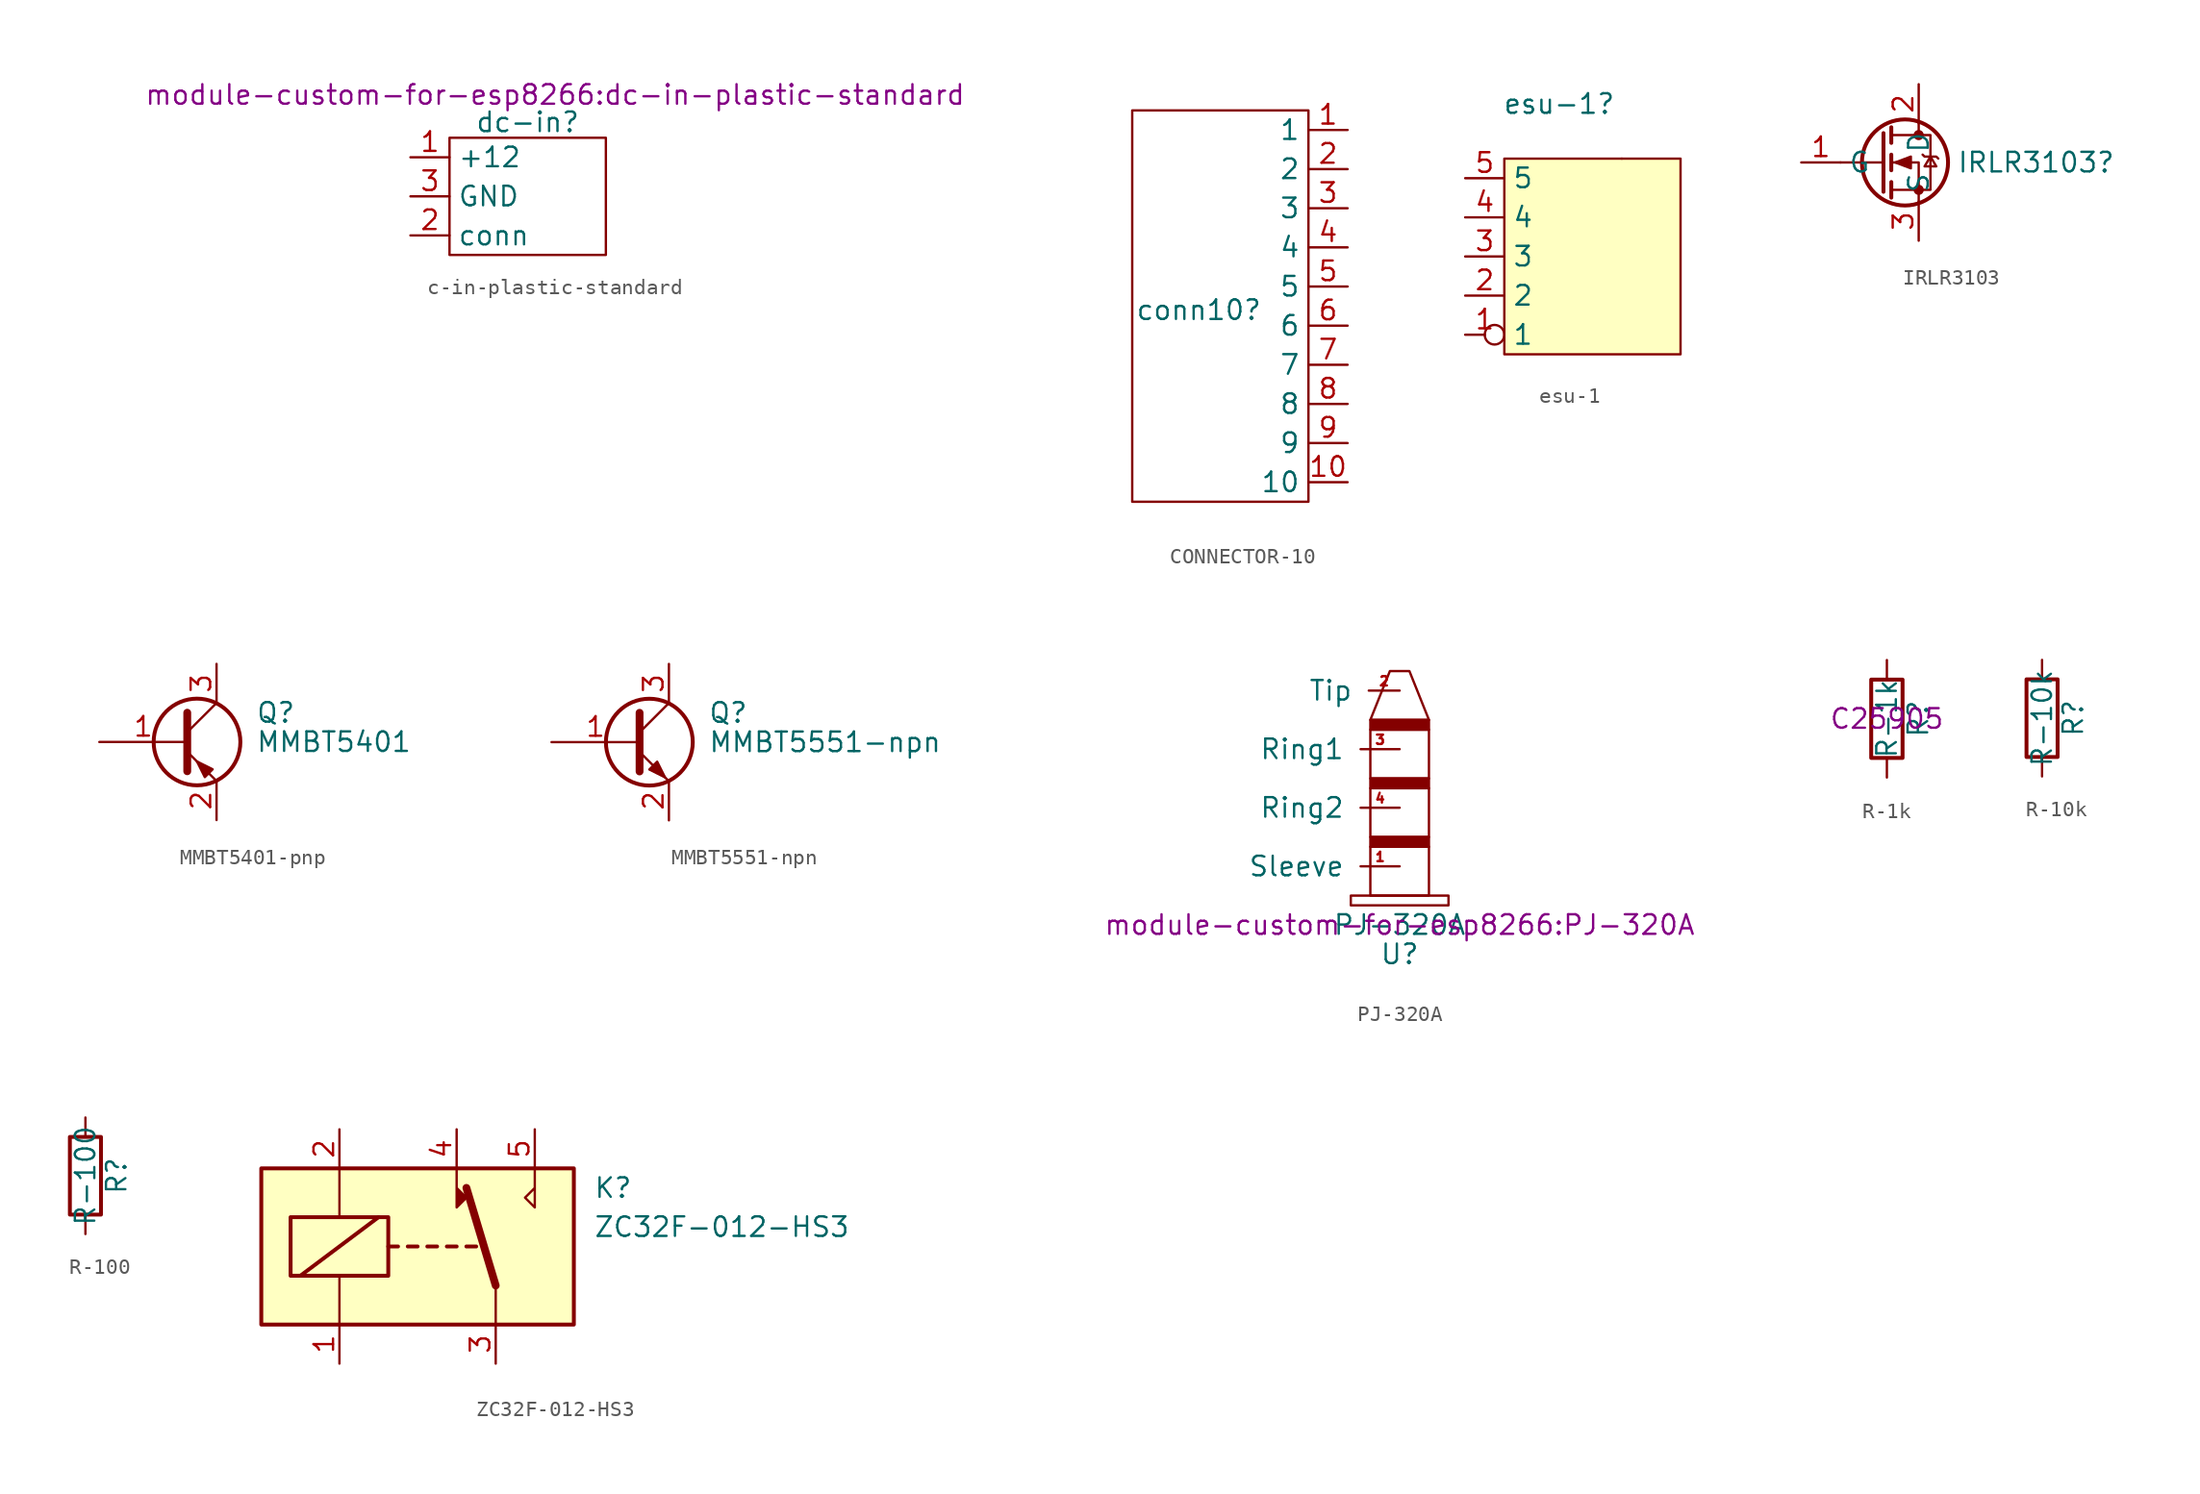
<source format=kicad_sym>
(kicad_symbol_lib
  (version 20231120)
  (generator "kicad_symbol_editor")
  (generator_version "8.0")
  (symbol "c-in-plastic-standard"
    (property "Reference" "dc-in"
      (at 3.81 2.286 0)
      (effects (font (size 1.27 1.27))))
    (property "Value" ""
      (at 0 0 0)
      (effects (font (size 1.27 1.27))))
    (property "Footprint" "module-custom-for-esp8266:dc-in-plastic-standard"
      (at 5.588 4.064 0)
      (effects (font (size 1.27 1.27))))
    (symbol "c-in-plastic-standard_0_1"
      (rectangle (start -1.27 1.27) (end 8.89 -6.35) (stroke (width 0) (type default)) (fill (type none))))
    (symbol "c-in-plastic-standard_1_1"
      (pin input line (at -3.81 0 0) (length 2.54) (name "+12" (effects (font (size 1.27 1.27)))) (number "1" (effects (font (size 1.27 1.27)))))
      (pin input line (at -3.81 -5.08 0) (length 2.54) (name "conn" (effects (font (size 1.27 1.27)))) (number "2" (effects (font (size 1.27 1.27)))))
      (pin input line (at -3.81 -2.54 0) (length 2.54) (name "GND" (effects (font (size 1.27 1.27)))) (number "3" (effects (font (size 1.27 1.27)))))))
  (symbol "CONNECTOR-10"
    (property "Reference" "conn10"
      (at -5.842 -0.254 0)
      (effects (font (size 1.27 1.27))))
    (property "Value" ""
      (at -1.27 6.35 0)
      (effects (font (size 1.27 1.27))))
    (symbol "CONNECTOR-10_0_1"
      (rectangle (start -10.16 12.7) (end 1.27 -12.7) (stroke (width 0) (type default)) (fill (type none))))
    (symbol "CONNECTOR-10_1_0"
      (pin input line (at 3.81 -11.43 180) (length 2.54) (name "10" (effects (font (size 1.27 1.27)))) (number "10" (effects (font (size 1.27 1.27)))))
      (pin input line (at 3.81 8.89 180) (length 2.54) (name "2" (effects (font (size 1.27 1.27)))) (number "2" (effects (font (size 1.27 1.27)))))
      (pin input line (at 3.81 6.35 180) (length 2.54) (name "3" (effects (font (size 1.27 1.27)))) (number "3" (effects (font (size 1.27 1.27)))))
      (pin input line (at 3.81 3.81 180) (length 2.54) (name "4" (effects (font (size 1.27 1.27)))) (number "4" (effects (font (size 1.27 1.27)))))
      (pin input line (at 3.81 1.27 180) (length 2.54) (name "5" (effects (font (size 1.27 1.27)))) (number "5" (effects (font (size 1.27 1.27)))))
      (pin input line (at 3.81 -1.27 180) (length 2.54) (name "6" (effects (font (size 1.27 1.27)))) (number "6" (effects (font (size 1.27 1.27)))))
      (pin input line (at 3.81 -3.81 180) (length 2.54) (name "7" (effects (font (size 1.27 1.27)))) (number "7" (effects (font (size 1.27 1.27)))))
      (pin input line (at 3.81 -6.35 180) (length 2.54) (name "8" (effects (font (size 1.27 1.27)))) (number "8" (effects (font (size 1.27 1.27)))))
      (pin input line (at 3.81 -8.89 180) (length 2.54) (name "9" (effects (font (size 1.27 1.27)))) (number "9" (effects (font (size 1.27 1.27))))))
    (symbol "CONNECTOR-10_1_1"
      (pin input line (at 3.81 11.43 180) (length 2.54) (name "1" (effects (font (size 1.27 1.27)))) (number "1" (effects (font (size 1.27 1.27)))))))
  (symbol "esu-1"
    (property "Reference" "esu-1"
      (at -0.254 14.986 0)
      (effects (font (size 1.27 1.27))))
    (property "Value" ""
      (at 0 0 0)
      (effects (font (size 1.27 1.27))))
    (symbol "esu-1_0_1"
      (rectangle (start 3.81 11.43) (end 3.81 11.43) (stroke (width 0) (type default)) (fill (type none))))
    (symbol "esu-1_1_1"
      (rectangle (start -3.81 11.43) (end 7.62 -1.27) (stroke (width 0) (type default)) (fill (type background)))
      (pin input inverted (at -6.35 0 0) (length 2.54) (name "1" (effects (font (size 1.27 1.27)))) (number "1" (effects (font (size 1.27 1.27)))))
      (pin bidirectional line (at -6.35 2.54 0) (length 2.54) (name "2" (effects (font (size 1.27 1.27)))) (number "2" (effects (font (size 1.27 1.27)))))
      (pin output line (at -6.35 5.08 0) (length 2.54) (name "3" (effects (font (size 1.27 1.27)))) (number "3" (effects (font (size 1.27 1.27)))))
      (pin input line (at -6.35 7.62 0) (length 2.54) (name "4" (effects (font (size 1.27 1.27)))) (number "4" (effects (font (size 1.27 1.27)))))
      (pin input line (at -6.35 10.16 0) (length 2.54) (name "5" (effects (font (size 1.27 1.27)))) (number "5" (effects (font (size 1.27 1.27)))))))
  (symbol "IRLR3103"
    (property "Reference" "IRLR3103"
      (at 8.89 0 0)
      (effects (font (size 1.27 1.27))))
    (property "Value" ""
      (at 8.89 0 0)
      (effects (font (size 1.27 1.27))))
    (symbol "IRLR3103_0_1"
      (polyline (pts (xy -1.016 0) (xy -3.81 0)) (stroke (width 0) (type default)) (fill (type none)))
      (polyline (pts (xy -1.016 1.905) (xy -1.016 -1.905)) (stroke (width 0.254) (type default)) (fill (type none)))
      (polyline (pts (xy -0.508 -1.27) (xy -0.508 -2.286)) (stroke (width 0.254) (type default)) (fill (type none)))
      (polyline (pts (xy -0.508 0.508) (xy -0.508 -0.508)) (stroke (width 0.254) (type default)) (fill (type none)))
      (polyline (pts (xy -0.508 2.286) (xy -0.508 1.27)) (stroke (width 0.254) (type default)) (fill (type none)))
      (polyline (pts (xy 1.27 2.54) (xy 1.27 1.778)) (stroke (width 0) (type default)) (fill (type none)))
      (polyline (pts (xy 1.27 -2.54) (xy 1.27 0) (xy -0.508 0)) (stroke (width 0) (type default)) (fill (type none)))
      (polyline (pts (xy -0.508 -1.778) (xy 2.032 -1.778) (xy 2.032 1.778) (xy -0.508 1.778)) (stroke (width 0) (type default)) (fill (type none)))
      (polyline (pts (xy -0.254 0) (xy 0.762 0.381) (xy 0.762 -0.381) (xy -0.254 0)) (stroke (width 0) (type default)) (fill (type outline)))
      (polyline (pts (xy 1.524 0.508) (xy 1.651 0.381) (xy 2.413 0.381) (xy 2.54 0.254)) (stroke (width 0) (type default)) (fill (type none)))
      (polyline (pts (xy 2.032 0.381) (xy 1.651 -0.254) (xy 2.413 -0.254) (xy 2.032 0.381)) (stroke (width 0) (type default)) (fill (type none)))
      (circle (center 0.381 0) (radius 2.794) (stroke (width 0.254) (type default)) (fill (type none)))
      (circle (center 1.27 -1.778) (radius 0.254) (stroke (width 0) (type default)) (fill (type outline)))
      (circle (center 1.27 1.778) (radius 0.254) (stroke (width 0) (type default)) (fill (type outline))))
    (symbol "IRLR3103_1_1"
      (pin input line (at -6.35 0 0) (length 2.54) (name "G" (effects (font (size 1.27 1.27)))) (number "1" (effects (font (size 1.27 1.27)))))
      (pin passive line (at 1.27 5.08 270) (length 2.54) (name "D" (effects (font (size 1.27 1.27)))) (number "2" (effects (font (size 1.27 1.27)))))
      (pin passive line (at 1.27 -5.08 90) (length 2.54) (name "S" (effects (font (size 1.27 1.27)))) (number "3" (effects (font (size 1.27 1.27)))))))
  (symbol "MMBT5401-pnp"
    (pin_names
      (offset 0) hide)
    (property "Reference" "Q"
      (at 5.08 1.905 0)
      (effects (font (size 1.27 1.27)) (justify left)))
    (property "Value" "MMBT5401"
      (at 5.08 0 0)
      (effects (font (size 1.27 1.27)) (justify left)))
    (symbol "MMBT5401-pnp_0_1"
      (polyline (pts (xy 0.635 0.635) (xy 2.54 2.54)) (stroke (width 0) (type default)) (fill (type none)))
      (polyline (pts (xy 0.635 -0.635) (xy 2.54 -2.54) (xy 2.54 -2.54)) (stroke (width 0) (type default)) (fill (type none)))
      (polyline (pts (xy 0.635 1.905) (xy 0.635 -1.905) (xy 0.635 -1.905)) (stroke (width 0.508) (type default)) (fill (type none)))
      (polyline (pts (xy 2.286 -1.778) (xy 1.778 -2.286) (xy 1.27 -1.27) (xy 2.286 -1.778) (xy 2.286 -1.778)) (stroke (width 0) (type default)) (fill (type outline)))
      (circle (center 1.27 0) (radius 2.819) (stroke (width 0.254) (type default)) (fill (type none))))
    (symbol "MMBT5401-pnp_1_1"
      (pin input line (at -5.08 0 0) (length 5.715) (name "B" (effects (font (size 1.27 1.27)))) (number "1" (effects (font (size 1.27 1.27)))))
      (pin passive line (at 2.54 -5.08 90) (length 2.54) (name "E" (effects (font (size 1.27 1.27)))) (number "2" (effects (font (size 1.27 1.27)))))
      (pin passive line (at 2.54 5.08 270) (length 2.54) (name "C" (effects (font (size 1.27 1.27)))) (number "3" (effects (font (size 1.27 1.27)))))))
  (symbol "MMBT5551-npn"
    (pin_names
      (offset 0) hide)
    (property "Reference" "Q"
      (at 5.08 1.905 0)
      (effects (font (size 1.27 1.27)) (justify left)))
    (property "Value" "MMBT5551-npn"
      (at 5.08 0 0)
      (effects (font (size 1.27 1.27)) (justify left)))
    (symbol "MMBT5551-npn_0_1"
      (polyline (pts (xy 0.635 0.635) (xy 2.54 2.54)) (stroke (width 0) (type default)) (fill (type none)))
      (polyline (pts (xy 0.635 -0.635) (xy 2.54 -2.54) (xy 2.54 -2.54)) (stroke (width 0) (type default)) (fill (type none)))
      (polyline (pts (xy 0.635 1.905) (xy 0.635 -1.905) (xy 0.635 -1.905)) (stroke (width 0.508) (type default)) (fill (type none)))
      (polyline (pts (xy 1.27 -1.778) (xy 1.778 -1.27) (xy 2.286 -2.286) (xy 1.27 -1.778) (xy 1.27 -1.778)) (stroke (width 0) (type default)) (fill (type outline)))
      (circle (center 1.27 0) (radius 2.819) (stroke (width 0.254) (type default)) (fill (type none))))
    (symbol "MMBT5551-npn_1_1"
      (pin input line (at -5.08 0 0) (length 5.715) (name "B" (effects (font (size 1.27 1.27)))) (number "1" (effects (font (size 1.27 1.27)))))
      (pin passive line (at 2.54 -5.08 90) (length 2.54) (name "E" (effects (font (size 1.27 1.27)))) (number "2" (effects (font (size 1.27 1.27)))))
      (pin passive line (at 2.54 5.08 270) (length 2.54) (name "C" (effects (font (size 1.27 1.27)))) (number "3" (effects (font (size 1.27 1.27)))))))
  (symbol "PJ-320A"
    (pin_names
      (offset 1.016))
    (property "Reference" "U"
      (at 0 -1.905 0)
      (effects (font (size 1.27 1.27))))
    (property "Value" "PJ-320A"
      (at 0 0 0)
      (effects (font (size 1.27 1.27))))
    (property "Footprint" "module-custom-for-esp8266:PJ-320A"
      (at 0 0 0)
      (effects (font (size 1.27 1.27))))
    (symbol "PJ-320A_0_1"
      (rectangle (start -3.175 1.27) (end 3.175 1.905) (stroke (width 0) (type solid)) (fill (type none)))
      (rectangle (start -1.905 5.08) (end 1.905 1.905) (stroke (width 0) (type solid)) (fill (type none)))
      (rectangle (start -1.905 5.08) (end 1.905 5.715) (stroke (width 0) (type solid)) (fill (type outline)))
      (rectangle (start -1.905 5.715) (end 1.905 8.89) (stroke (width 0) (type solid)) (fill (type none)))
      (rectangle (start -1.905 8.89) (end 1.905 9.525) (stroke (width 0) (type solid)) (fill (type outline)))
      (rectangle (start -1.905 9.525) (end 1.905 12.7) (stroke (width 0) (type solid)) (fill (type none)))
      (rectangle (start -1.905 12.7) (end 1.905 13.335) (stroke (width 0) (type solid)) (fill (type outline)))
      (polyline (pts (xy -1.905 13.335) (xy -0.635 16.51) (xy 0.635 16.51) (xy 1.905 13.335) (xy -1.905 13.335)) (stroke (width 0) (type solid)) (fill (type none))))
    (symbol "PJ-320A_1_1"
      (pin bidirectional line (at 0 3.81 180) (length 2.54) (name "Sleeve" (effects (font (size 1.27 1.27)))) (number "1" (effects (font (size 0.61 0.61)))))
      (pin bidirectional line (at 0 15.24 180) (length 2.007) (name "Tip" (effects (font (size 1.27 1.27)))) (number "2" (effects (font (size 0.61 0.61)))))
      (pin bidirectional line (at 0 11.43 180) (length 2.54) (name "Ring1" (effects (font (size 1.27 1.27)))) (number "3" (effects (font (size 0.61 0.61)))))
      (pin bidirectional line (at 0 7.62 180) (length 2.54) (name "Ring2" (effects (font (size 1.27 1.27)))) (number "4" (effects (font (size 0.61 0.61)))))))
  (symbol "R-1k"
    (pin_numbers hide)
    (pin_names
      (offset 0))
    (property "Reference" "R"
      (at 2.032 0 90)
      (effects (font (size 1.27 1.27))))
    (property "Value" "R-1k"
      (at 0 0 90)
      (effects (font (size 1.27 1.27))))
    (property "JLCPCB Part" "C25905"
      (at 0 0 0)
      (effects (font (size 1.27 1.27))))
    (symbol "R-1k_0_1"
      (rectangle (start -1.016 -2.54) (end 1.016 2.54) (stroke (width 0.254) (type default)) (fill (type none))))
    (symbol "R-1k_1_1"
      (pin passive line (at 0 3.81 270) (length 1.27) (name "~" (effects (font (size 1.27 1.27)))) (number "1" (effects (font (size 1.27 1.27)))))
      (pin passive line (at 0 -3.81 90) (length 1.27) (name "~" (effects (font (size 1.27 1.27)))) (number "2" (effects (font (size 1.27 1.27)))))))
  (symbol "R-10k"
    (pin_numbers hide)
    (pin_names
      (offset 0))
    (property "Reference" "R"
      (at 2.032 0 90)
      (effects (font (size 1.27 1.27))))
    (property "Value" "R-10k"
      (at 0 0 90)
      (effects (font (size 1.27 1.27))))
    (symbol "R-10k_0_1"
      (rectangle (start -1.016 -2.54) (end 1.016 2.54) (stroke (width 0.254) (type default)) (fill (type none))))
    (symbol "R-10k_1_1"
      (pin passive line (at 0 3.81 270) (length 1.27) (name "~" (effects (font (size 1.27 1.27)))) (number "1" (effects (font (size 1.27 1.27)))))
      (pin passive line (at 0 -3.81 90) (length 1.27) (name "~" (effects (font (size 1.27 1.27)))) (number "2" (effects (font (size 1.27 1.27)))))))
  (symbol "R-100"
    (pin_numbers hide)
    (pin_names
      (offset 0))
    (property "Reference" "R"
      (at 2.032 0 90)
      (effects (font (size 1.27 1.27))))
    (property "Value" "R-100"
      (at 0 0 90)
      (effects (font (size 1.27 1.27))))
    (symbol "R-100_0_1"
      (rectangle (start -1.016 -2.54) (end 1.016 2.54) (stroke (width 0.254) (type default)) (fill (type none))))
    (symbol "R-100_1_1"
      (pin passive line (at 0 3.81 270) (length 1.27) (name "~" (effects (font (size 1.27 1.27)))) (number "1" (effects (font (size 1.27 1.27)))))
      (pin passive line (at 0 -3.81 90) (length 1.27) (name "~" (effects (font (size 1.27 1.27)))) (number "2" (effects (font (size 1.27 1.27)))))))
  (symbol "ZC32F-012-HS3"
    (property "Reference" "K"
      (at 11.43 3.81 0)
      (effects (font (size 1.27 1.27)) (justify left)))
    (property "Value" "ZC32F-012-HS3"
      (at 11.43 1.27 0)
      (effects (font (size 1.27 1.27)) (justify left)))
    (symbol "ZC32F-012-HS3_0_0"
      (polyline (pts (xy 7.62 5.08) (xy 7.62 2.54) (xy 6.985 3.175) (xy 7.62 3.81)) (stroke (width 0) (type default)) (fill (type none))))
    (symbol "ZC32F-012-HS3_0_1"
      (rectangle (start -10.16 5.08) (end 10.16 -5.08) (stroke (width 0.254) (type default)) (fill (type background)))
      (rectangle (start -8.255 1.905) (end -1.905 -1.905) (stroke (width 0.254) (type default)) (fill (type none)))
      (polyline (pts (xy -7.62 -1.905) (xy -2.54 1.905)) (stroke (width 0.254) (type default)) (fill (type none)))
      (polyline (pts (xy -5.08 -5.08) (xy -5.08 -1.905)) (stroke (width 0) (type default)) (fill (type none)))
      (polyline (pts (xy -5.08 5.08) (xy -5.08 1.905)) (stroke (width 0) (type default)) (fill (type none)))
      (polyline (pts (xy -1.905 0) (xy -1.27 0)) (stroke (width 0.254) (type default)) (fill (type none)))
      (polyline (pts (xy -0.635 0) (xy 0 0)) (stroke (width 0.254) (type default)) (fill (type none)))
      (polyline (pts (xy 0.635 0) (xy 1.27 0)) (stroke (width 0.254) (type default)) (fill (type none)))
      (polyline (pts (xy 1.905 0) (xy 2.54 0)) (stroke (width 0.254) (type default)) (fill (type none)))
      (polyline (pts (xy 3.175 0) (xy 3.81 0)) (stroke (width 0.254) (type default)) (fill (type none)))
      (polyline (pts (xy 5.08 -2.54) (xy 3.175 3.81)) (stroke (width 0.508) (type default)) (fill (type none)))
      (polyline (pts (xy 5.08 -2.54) (xy 5.08 -5.08)) (stroke (width 0) (type default)) (fill (type none)))
      (polyline (pts (xy 2.54 5.08) (xy 2.54 2.54) (xy 3.175 3.175) (xy 2.54 3.81)) (stroke (width 0) (type default)) (fill (type outline))))
    (symbol "ZC32F-012-HS3_1_1"
      (pin passive line (at -5.08 -7.62 90) (length 2.54) (name "~" (effects (font (size 1.27 1.27)))) (number "1" (effects (font (size 1.27 1.27)))))
      (pin passive line (at -5.08 7.62 270) (length 2.54) (name "~" (effects (font (size 1.27 1.27)))) (number "2" (effects (font (size 1.27 1.27)))))
      (pin passive line (at 5.08 -7.62 90) (length 2.54) (name "~" (effects (font (size 1.27 1.27)))) (number "3" (effects (font (size 1.27 1.27)))))
      (pin passive line (at 2.54 7.62 270) (length 2.54) (name "~" (effects (font (size 1.27 1.27)))) (number "4" (effects (font (size 1.27 1.27)))))
      (pin passive line (at 7.62 7.62 270) (length 2.54) (name "~" (effects (font (size 1.27 1.27)))) (number "5" (effects (font (size 1.27 1.27))))))))
</source>
